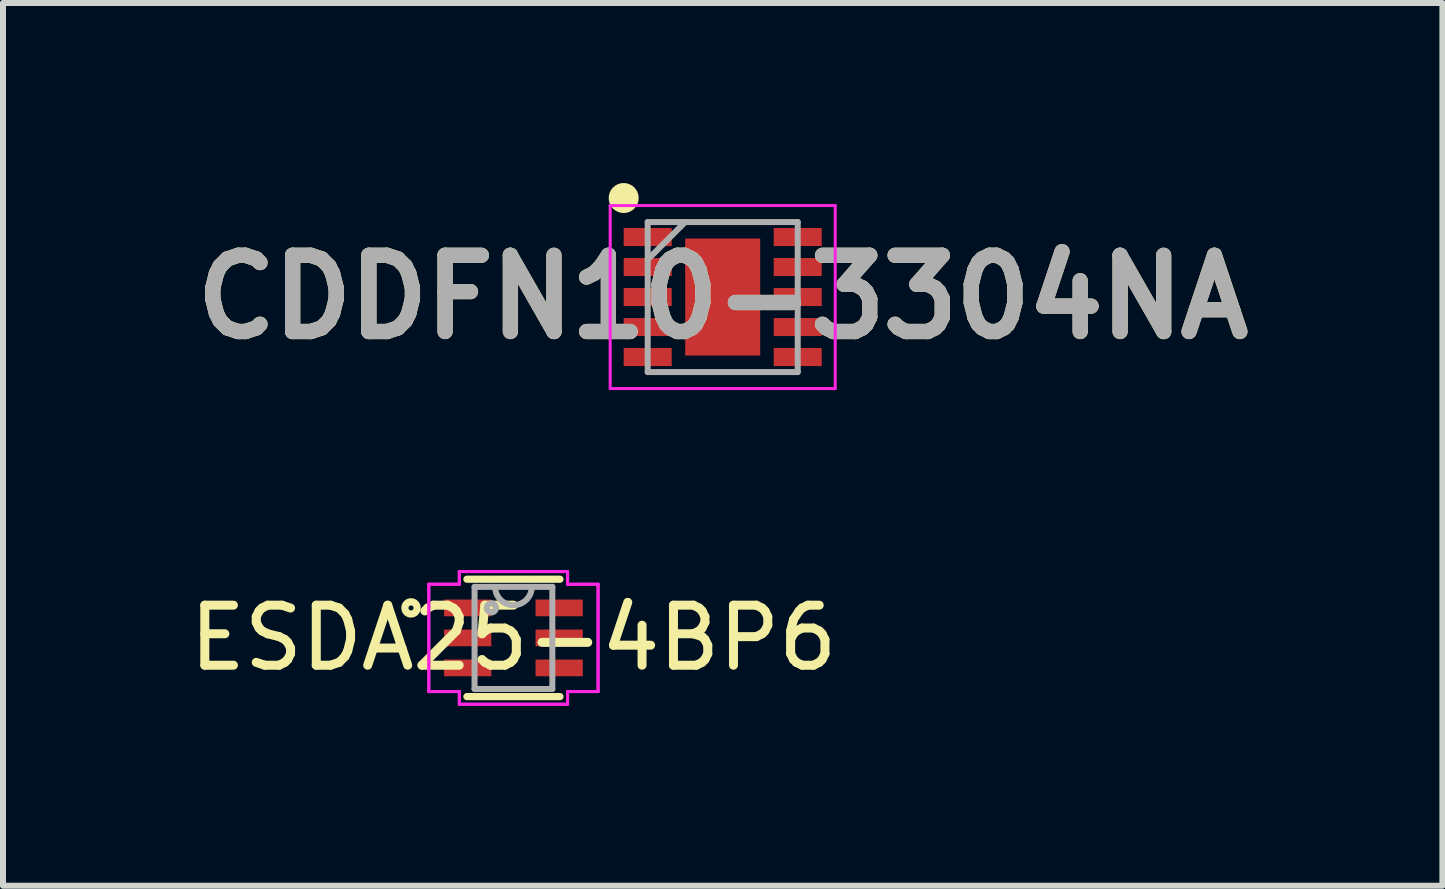
<source format=kicad_pcb>
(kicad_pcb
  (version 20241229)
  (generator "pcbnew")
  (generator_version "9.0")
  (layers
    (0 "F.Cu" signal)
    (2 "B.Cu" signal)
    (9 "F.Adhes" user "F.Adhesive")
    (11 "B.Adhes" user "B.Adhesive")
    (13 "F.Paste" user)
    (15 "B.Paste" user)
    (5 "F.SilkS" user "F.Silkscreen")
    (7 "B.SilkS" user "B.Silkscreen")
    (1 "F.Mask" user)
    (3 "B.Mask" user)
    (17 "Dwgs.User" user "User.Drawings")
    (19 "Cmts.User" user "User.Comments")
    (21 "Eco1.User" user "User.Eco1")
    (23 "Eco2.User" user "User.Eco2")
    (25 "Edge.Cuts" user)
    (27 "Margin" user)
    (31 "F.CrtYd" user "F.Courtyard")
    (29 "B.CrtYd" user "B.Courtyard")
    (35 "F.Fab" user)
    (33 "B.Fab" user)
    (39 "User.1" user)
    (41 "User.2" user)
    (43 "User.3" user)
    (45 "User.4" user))
  (footprint "CDDFN10-3304NA"
    (layer "F.Cu")
    (at 8.993 1.9)
    (property "Reference" "CDDFN10-3304NA" (at 0 0 0) (layer "F.SilkS") (effects (font (size 1.27 1.27) (thickness 0.254))))
    (attr smd)
    (fp_circle (center -1.65 -1.65) (end -1.65 -1.525) (stroke (width 0.25) (type solid)) (fill no) (layer "F.SilkS"))
    (fp_line (start -1.875 -1.525) (end 1.875 -1.525) (stroke (width 0.05) (type solid)) (layer "F.CrtYd"))
    (fp_line (start -1.875 1.525) (end -1.875 -1.525) (stroke (width 0.05) (type solid)) (layer "F.CrtYd"))
    (fp_line (start 1.875 -1.525) (end 1.875 1.525) (stroke (width 0.05) (type solid)) (layer "F.CrtYd"))
    (fp_line (start 1.875 1.525) (end -1.875 1.525) (stroke (width 0.05) (type solid)) (layer "F.CrtYd"))
    (fp_line (start -1.25 -1.25) (end 1.25 -1.25) (stroke (width 0.1) (type solid)) (layer "F.Fab"))
    (fp_line (start -1.25 -0.625) (end -0.625 -1.25) (stroke (width 0.1) (type solid)) (layer "F.Fab"))
    (fp_line (start -1.25 1.25) (end -1.25 -1.25) (stroke (width 0.1) (type solid)) (layer "F.Fab"))
    (fp_line (start 1.25 -1.25) (end 1.25 1.25) (stroke (width 0.1) (type solid)) (layer "F.Fab"))
    (fp_line (start 1.25 1.25) (end -1.25 1.25) (stroke (width 0.1) (type solid)) (layer "F.Fab"))
    (fp_text user "${REFERENCE}" (at 0 0 0) (layer "F.Fab") (effects (font (size 1.27 1.27) (thickness 0.254))))
    (pad "1" smd rect (at -1.25 -1 90) (size 0.3 0.8) (layers "F.Cu" "F.Mask" "F.Paste"))
    (pad "2" smd rect (at -1.25 -0.5 90) (size 0.3 0.8) (layers "F.Cu" "F.Mask" "F.Paste"))
    (pad "3" smd rect (at -1.25 0 90) (size 0.3 0.8) (layers "F.Cu" "F.Mask" "F.Paste"))
    (pad "4" smd rect (at -1.25 0.5 90) (size 0.3 0.8) (layers "F.Cu" "F.Mask" "F.Paste"))
    (pad "5" smd rect (at -1.25 1 90) (size 0.3 0.8) (layers "F.Cu" "F.Mask" "F.Paste"))
    (pad "6" smd rect (at 1.25 1 90) (size 0.3 0.8) (layers "F.Cu" "F.Mask" "F.Paste"))
    (pad "7" smd rect (at 1.25 0.5 90) (size 0.3 0.8) (layers "F.Cu" "F.Mask" "F.Paste"))
    (pad "8" smd rect (at 1.25 0 90) (size 0.3 0.8) (layers "F.Cu" "F.Mask" "F.Paste"))
    (pad "9" smd rect (at 1.25 -0.5 90) (size 0.3 0.8) (layers "F.Cu" "F.Mask" "F.Paste"))
    (pad "10" smd rect (at 1.25 -1 90) (size 0.3 0.8) (layers "F.Cu" "F.Mask" "F.Paste"))
    (pad "11" smd rect (at 0 0) (size 1.25 1.95) (layers "F.Cu" "F.Mask" "F.Paste")))
  (footprint "ESDA25-4BP6"
    (layer "F.Cu")
    (at 5.506 7.58)
    (property "Reference" "ESDA25-4BP6" (at 0 0 0) (layer "F.SilkS") (effects (font (size 1 1) (thickness 0.15))))
    (attr smd)
    (fp_line (start -0.775 0.978) (end 0.775 0.978) (stroke (width 0.12) (type solid)) (layer "F.SilkS"))
    (fp_line (start 0.775 -0.978) (end -0.775 -0.978) (stroke (width 0.12) (type solid)) (layer "F.SilkS"))
    (fp_circle (center -1.707 -0.5) (end -1.605 -0.5) (stroke (width 0.12) (type solid)) (fill no) (layer "F.SilkS"))
    (fp_line (start -1.41 -0.894) (end -0.902 -0.894) (stroke (width 0.05) (type solid)) (layer "F.CrtYd"))
    (fp_line (start -1.41 -0.894) (end -0.902 -0.894) (stroke (width 0.05) (type solid)) (layer "F.CrtYd"))
    (fp_line (start -1.41 0.894) (end -1.41 -0.894) (stroke (width 0.05) (type solid)) (layer "F.CrtYd"))
    (fp_line (start -1.41 0.894) (end -1.41 -0.894) (stroke (width 0.05) (type solid)) (layer "F.CrtYd"))
    (fp_line (start -1.41 0.894) (end -0.902 0.894) (stroke (width 0.05) (type solid)) (layer "F.CrtYd"))
    (fp_line (start -0.902 -1.105) (end 0.902 -1.105) (stroke (width 0.05) (type solid)) (layer "F.CrtYd"))
    (fp_line (start -0.902 -1.105) (end 0.902 -1.105) (stroke (width 0.05) (type solid)) (layer "F.CrtYd"))
    (fp_line (start -0.902 -0.894) (end -0.902 -1.105) (stroke (width 0.05) (type solid)) (layer "F.CrtYd"))
    (fp_line (start -0.902 -0.894) (end -0.902 -1.105) (stroke (width 0.05) (type solid)) (layer "F.CrtYd"))
    (fp_line (start -0.902 0.894) (end -1.41 0.894) (stroke (width 0.05) (type solid)) (layer "F.CrtYd"))
    (fp_line (start -0.902 1.105) (end -0.902 0.894) (stroke (width 0.05) (type solid)) (layer "F.CrtYd"))
    (fp_line (start -0.902 1.105) (end -0.902 0.894) (stroke (width 0.05) (type solid)) (layer "F.CrtYd"))
    (fp_line (start 0.902 -1.105) (end 0.902 -0.894) (stroke (width 0.05) (type solid)) (layer "F.CrtYd"))
    (fp_line (start 0.902 -1.105) (end 0.902 -0.894) (stroke (width 0.05) (type solid)) (layer "F.CrtYd"))
    (fp_line (start 0.902 -0.894) (end 1.41 -0.894) (stroke (width 0.05) (type solid)) (layer "F.CrtYd"))
    (fp_line (start 0.902 0.894) (end 0.902 1.105) (stroke (width 0.05) (type solid)) (layer "F.CrtYd"))
    (fp_line (start 0.902 0.894) (end 0.902 1.105) (stroke (width 0.05) (type solid)) (layer "F.CrtYd"))
    (fp_line (start 0.902 1.105) (end -0.902 1.105) (stroke (width 0.05) (type solid)) (layer "F.CrtYd"))
    (fp_line (start 0.902 1.105) (end -0.902 1.105) (stroke (width 0.05) (type solid)) (layer "F.CrtYd"))
    (fp_line (start 1.41 -0.894) (end 0.902 -0.894) (stroke (width 0.05) (type solid)) (layer "F.CrtYd"))
    (fp_line (start 1.41 -0.894) (end 1.41 0.894) (stroke (width 0.05) (type solid)) (layer "F.CrtYd"))
    (fp_line (start 1.41 -0.894) (end 1.41 0.894) (stroke (width 0.05) (type solid)) (layer "F.CrtYd"))
    (fp_line (start 1.41 0.894) (end 0.902 0.894) (stroke (width 0.05) (type solid)) (layer "F.CrtYd"))
    (fp_line (start 1.41 0.894) (end 0.902 0.894) (stroke (width 0.05) (type solid)) (layer "F.CrtYd"))
    (fp_line (start -0.648 -0.851) (end -0.648 0.851) (stroke (width 0.1) (type solid)) (layer "F.Fab"))
    (fp_line (start -0.648 0.851) (end 0.648 0.851) (stroke (width 0.1) (type solid)) (layer "F.Fab"))
    (fp_line (start 0.648 -0.851) (end -0.648 -0.851) (stroke (width 0.1) (type solid)) (layer "F.Fab"))
    (fp_line (start 0.648 0.851) (end 0.648 -0.851) (stroke (width 0.1) (type solid)) (layer "F.Fab"))
    (fp_arc (start 0.3048 -0.8509) (mid 0 -0.5461) (end -0.3048 -0.8509) (stroke (width 0.1) (type solid)) (layer "F.Fab"))
    (fp_circle (center -0.368 -0.5) (end -0.292 -0.5) (stroke (width 0.1) (type solid)) (fill no) (layer "F.Fab"))
    (pad "1" smd rect (at -0.762 -0.5) (size 0.787 0.279) (layers "F.Cu" "F.Mask" "F.Paste"))
    (pad "2" smd rect (at -0.762 0) (size 0.787 0.279) (layers "F.Cu" "F.Mask" "F.Paste"))
    (pad "3" smd rect (at -0.762 0.5) (size 0.787 0.279) (layers "F.Cu" "F.Mask" "F.Paste"))
    (pad "4" smd rect (at 0.762 0.5) (size 0.787 0.279) (layers "F.Cu" "F.Mask" "F.Paste"))
    (pad "5" smd rect (at 0.762 0) (size 0.787 0.279) (layers "F.Cu" "F.Mask" "F.Paste"))
    (pad "6" smd rect (at 0.762 -0.5) (size 0.787 0.279) (layers "F.Cu" "F.Mask" "F.Paste")))
  (gr_rect
    (start -3 -3)
    (end 20.986 11.71)
    (stroke (width 0.1) (type default))
    (fill no)
    (layer "Edge.Cuts")))
</source>
